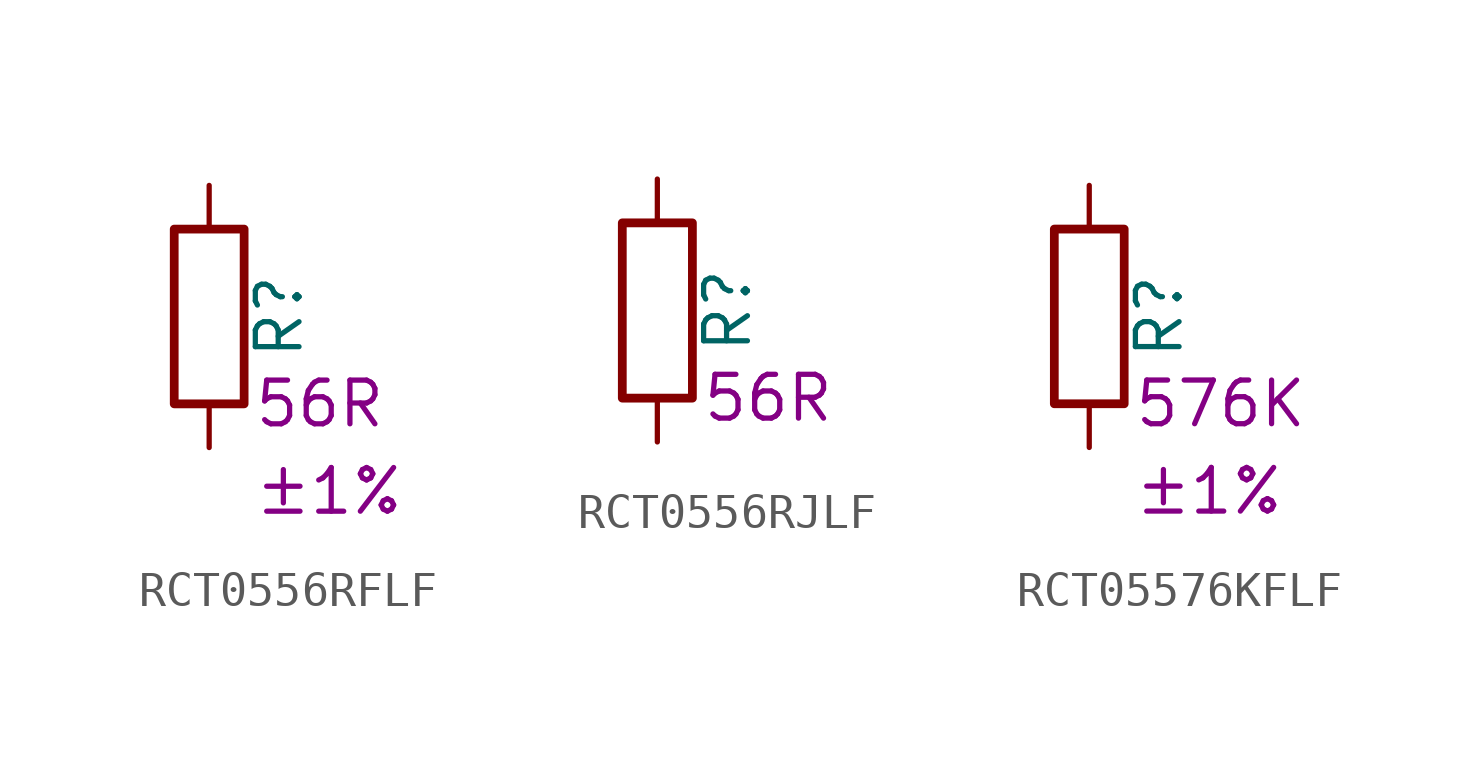
<source format=kicad_sym>
(kicad_symbol_lib
  (version 20220914)
  (generator kicad_symbol_editor)
  (symbol "RCT0556RFLF"
    (pin_numbers hide)
    (pin_names
      (offset 0))
    (property "Reference" "R"
      (at 2.032 0 90)
      (effects (font (size 1.27 1.27))))
    (property "Resistance" "56R"
      (at 1.27 -2.54 0)
      (effects (font (size 1.27 1.27)) (justify left)))
    (property "Tolerance" "±1%"
      (at 1.27 -5.08 0)
      (effects (font (size 1.27 1.27)) (justify left)))
    (symbol "RCT0556RFLF_0_1"
      (rectangle (start -1.016 -2.54) (end 1.016 2.54) (stroke (width 0.254) (type default)) (fill (type none))))
    (symbol "RCT0556RFLF_1_1"
      (pin passive line (at 0 3.81 270) (length 1.27) (name "~" (effects (font (size 1.27 1.27)))) (number "1" (effects (font (size 1.27 1.27)))))
      (pin passive line (at 0 -3.81 90) (length 1.27) (name "~" (effects (font (size 1.27 1.27)))) (number "2" (effects (font (size 1.27 1.27)))))))
  (symbol "RCT0556RJLF"
    (pin_numbers hide)
    (pin_names
      (offset 0))
    (property "Reference" "R"
      (at 2.032 0 90)
      (effects (font (size 1.27 1.27))))
    (property "Resistance" "56R"
      (at 1.27 -2.54 0)
      (effects (font (size 1.27 1.27)) (justify left)))
    (symbol "RCT0556RJLF_0_1"
      (rectangle (start -1.016 -2.54) (end 1.016 2.54) (stroke (width 0.254) (type default)) (fill (type none))))
    (symbol "RCT0556RJLF_1_1"
      (pin passive line (at 0 3.81 270) (length 1.27) (name "~" (effects (font (size 1.27 1.27)))) (number "1" (effects (font (size 1.27 1.27)))))
      (pin passive line (at 0 -3.81 90) (length 1.27) (name "~" (effects (font (size 1.27 1.27)))) (number "2" (effects (font (size 1.27 1.27)))))))
  (symbol "RCT05576KFLF"
    (pin_numbers hide)
    (pin_names
      (offset 0))
    (property "Reference" "R"
      (at 2.032 0 90)
      (effects (font (size 1.27 1.27))))
    (property "Resistance" "576K"
      (at 1.27 -2.54 0)
      (effects (font (size 1.27 1.27)) (justify left)))
    (property "Tolerance" "±1%"
      (at 1.27 -5.08 0)
      (effects (font (size 1.27 1.27)) (justify left)))
    (symbol "RCT05576KFLF_0_1"
      (rectangle (start -1.016 -2.54) (end 1.016 2.54) (stroke (width 0.254) (type default)) (fill (type none))))
    (symbol "RCT05576KFLF_1_1"
      (pin passive line (at 0 3.81 270) (length 1.27) (name "~" (effects (font (size 1.27 1.27)))) (number "1" (effects (font (size 1.27 1.27)))))
      (pin passive line (at 0 -3.81 90) (length 1.27) (name "~" (effects (font (size 1.27 1.27)))) (number "2" (effects (font (size 1.27 1.27))))))))
</source>
